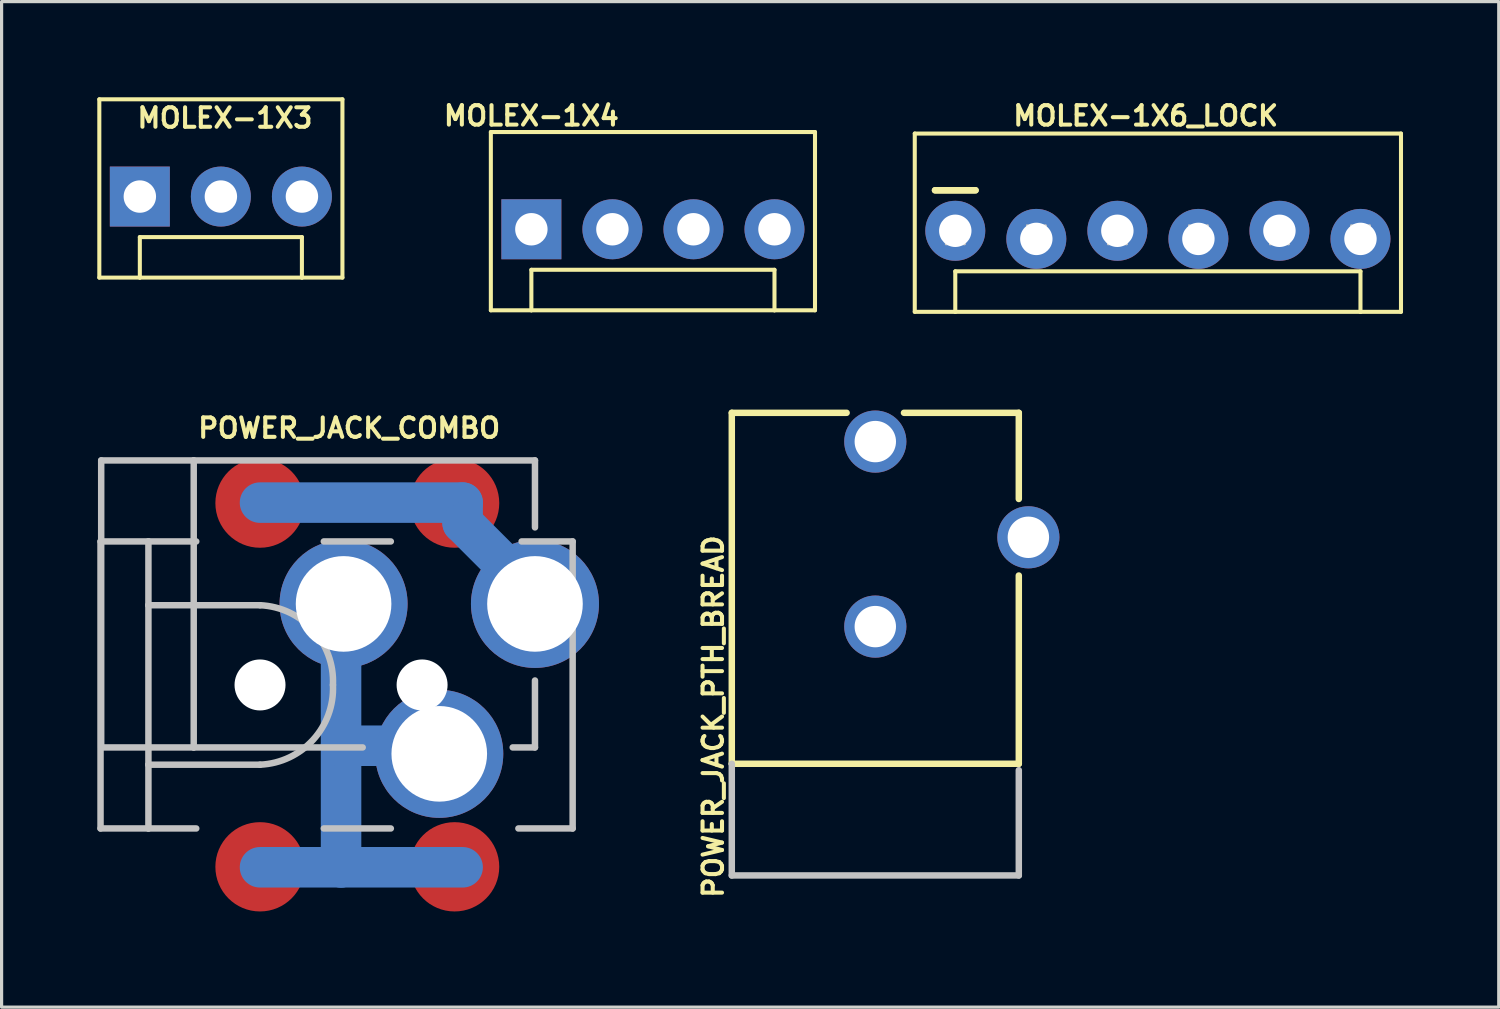
<source format=kicad_pcb>
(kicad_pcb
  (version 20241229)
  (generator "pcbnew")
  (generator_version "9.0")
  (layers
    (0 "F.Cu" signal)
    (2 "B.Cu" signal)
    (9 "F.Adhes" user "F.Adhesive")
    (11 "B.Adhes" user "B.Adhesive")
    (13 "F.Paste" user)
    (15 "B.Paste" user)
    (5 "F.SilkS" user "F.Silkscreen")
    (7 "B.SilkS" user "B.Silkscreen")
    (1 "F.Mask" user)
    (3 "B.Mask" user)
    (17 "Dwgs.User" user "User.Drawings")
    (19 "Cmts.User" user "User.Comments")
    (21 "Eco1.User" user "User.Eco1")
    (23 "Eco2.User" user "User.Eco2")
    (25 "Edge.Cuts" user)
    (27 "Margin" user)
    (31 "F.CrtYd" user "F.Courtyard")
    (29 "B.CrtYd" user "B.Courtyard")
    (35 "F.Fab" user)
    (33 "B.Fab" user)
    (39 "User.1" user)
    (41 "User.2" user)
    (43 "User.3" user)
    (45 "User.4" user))
  (footprint "MOLEX-1X3"
    (layer "F.Cu")
    (at 1.333 3.111)
    (property "Reference" "MOLEX-1X3" (at 2.667 -2.464 0) (layer "F.SilkS") (effects (font (size 0.61 0.61) (thickness 0.127))))
    (attr exclude_from_pos_files exclude_from_bom)
    (fp_line (start -1.27 -3.048) (end -1.27 2.54) (stroke (width 0.127) (type solid)) (layer "F.SilkS"))
    (fp_line (start 0 1.27) (end 5.08 1.27) (stroke (width 0.127) (type solid)) (layer "F.SilkS"))
    (fp_line (start 0 2.54) (end -1.27 2.54) (stroke (width 0.127) (type solid)) (layer "F.SilkS"))
    (fp_line (start 0 2.54) (end 0 1.27) (stroke (width 0.127) (type solid)) (layer "F.SilkS"))
    (fp_line (start 5.08 1.27) (end 5.08 2.54) (stroke (width 0.127) (type solid)) (layer "F.SilkS"))
    (fp_line (start 5.08 2.54) (end 0 2.54) (stroke (width 0.127) (type solid)) (layer "F.SilkS"))
    (fp_line (start 6.35 -3.048) (end -1.27 -3.048) (stroke (width 0.127) (type solid)) (layer "F.SilkS"))
    (fp_line (start 6.35 -3.048) (end 6.35 2.54) (stroke (width 0.127) (type solid)) (layer "F.SilkS"))
    (fp_line (start 6.35 2.54) (end 5.08 2.54) (stroke (width 0.127) (type solid)) (layer "F.SilkS"))
    (pad "1" thru_hole rect (at 0 0) (size 1.88 1.88) (drill 1.016) (layers "*.Cu" "*.Paste" "*.Mask"))
    (pad "2" thru_hole circle (at 2.54 0) (size 1.88 1.88) (drill 1.016) (layers "*.Cu" "*.Paste" "*.Mask"))
    (pad "3" thru_hole circle (at 5.08 0) (size 1.88 1.88) (drill 1.016) (layers "*.Cu" "*.Paste" "*.Mask")))
  (footprint "MOLEX-1X4"
    (layer "F.Cu")
    (at 13.605 4.136)
    (property "Reference" "MOLEX-1X4" (at 0 -3.556 0) (layer "F.SilkS") (effects (font (size 0.61 0.61) (thickness 0.127))))
    (attr exclude_from_pos_files exclude_from_bom)
    (fp_line (start -1.27 -3.048) (end -1.27 2.54) (stroke (width 0.127) (type solid)) (layer "F.SilkS"))
    (fp_line (start 0 1.27) (end 7.62 1.27) (stroke (width 0.127) (type solid)) (layer "F.SilkS"))
    (fp_line (start 0 2.54) (end -1.27 2.54) (stroke (width 0.127) (type solid)) (layer "F.SilkS"))
    (fp_line (start 0 2.54) (end 0 1.27) (stroke (width 0.127) (type solid)) (layer "F.SilkS"))
    (fp_line (start 7.62 1.27) (end 7.62 2.54) (stroke (width 0.127) (type solid)) (layer "F.SilkS"))
    (fp_line (start 7.62 2.54) (end 0 2.54) (stroke (width 0.127) (type solid)) (layer "F.SilkS"))
    (fp_line (start 8.89 -3.048) (end -1.27 -3.048) (stroke (width 0.127) (type solid)) (layer "F.SilkS"))
    (fp_line (start 8.89 -3.048) (end 8.89 2.54) (stroke (width 0.127) (type solid)) (layer "F.SilkS"))
    (fp_line (start 8.89 2.54) (end 7.62 2.54) (stroke (width 0.127) (type solid)) (layer "F.SilkS"))
    (pad "1" thru_hole rect (at 0 0) (size 1.88 1.88) (drill 1.016) (layers "*.Cu" "*.Paste" "*.Mask"))
    (pad "2" thru_hole circle (at 2.54 0) (size 1.88 1.88) (drill 1.016) (layers "*.Cu" "*.Paste" "*.Mask"))
    (pad "3" thru_hole circle (at 5.08 0) (size 1.88 1.88) (drill 1.016) (layers "*.Cu" "*.Paste" "*.Mask"))
    (pad "4" thru_hole circle (at 7.62 0) (size 1.88 1.88) (drill 1.016) (layers "*.Cu" "*.Paste" "*.Mask")))
  (footprint "MOLEX-1X6_LOCK"
    (layer "F.Cu")
    (at 26.892 4.184)
    (property "Reference" "MOLEX-1X6_LOCK" (at 5.969 -3.604 0) (layer "F.SilkS") (effects (font (size 0.61 0.61) (thickness 0.127))))
    (attr exclude_from_pos_files exclude_from_bom)
    (fp_line (start -1.27 -3.048) (end -1.27 2.54) (stroke (width 0.127) (type solid)) (layer "F.SilkS"))
    (fp_line (start -0.635 -1.27) (end 0.635 -1.27) (stroke (width 0.203) (type solid)) (layer "F.SilkS"))
    (fp_line (start 0 1.27) (end 12.7 1.27) (stroke (width 0.127) (type solid)) (layer "F.SilkS"))
    (fp_line (start 0 2.54) (end -1.27 2.54) (stroke (width 0.127) (type solid)) (layer "F.SilkS"))
    (fp_line (start 0 2.54) (end 0 1.27) (stroke (width 0.127) (type solid)) (layer "F.SilkS"))
    (fp_line (start 0.635 -1.27) (end -0.635 -1.27) (stroke (width 0.203) (type solid)) (layer "F.SilkS"))
    (fp_line (start 12.7 1.27) (end 12.7 2.54) (stroke (width 0.127) (type solid)) (layer "F.SilkS"))
    (fp_line (start 12.7 2.54) (end 0 2.54) (stroke (width 0.127) (type solid)) (layer "F.SilkS"))
    (fp_line (start 13.97 -3.048) (end -1.27 -3.048) (stroke (width 0.127) (type solid)) (layer "F.SilkS"))
    (fp_line (start 13.97 -3.048) (end 13.97 2.54) (stroke (width 0.127) (type solid)) (layer "F.SilkS"))
    (fp_line (start 13.97 2.54) (end 12.7 2.54) (stroke (width 0.127) (type solid)) (layer "F.SilkS"))
    (fp_line (start -0.292 -0.165) (end 0.292 -0.165) (stroke (width 0.066) (type solid)) (layer "Dwgs.User"))
    (fp_line (start -0.292 0.419) (end -0.292 -0.165) (stroke (width 0.066) (type solid)) (layer "Dwgs.User"))
    (fp_line (start -0.292 0.419) (end 0.292 0.419) (stroke (width 0.066) (type solid)) (layer "Dwgs.User"))
    (fp_line (start 0.292 0.419) (end 0.292 -0.165) (stroke (width 0.066) (type solid)) (layer "Dwgs.User"))
    (fp_line (start 2.248 -0.165) (end 2.832 -0.165) (stroke (width 0.066) (type solid)) (layer "Dwgs.User"))
    (fp_line (start 2.248 0.419) (end 2.248 -0.165) (stroke (width 0.066) (type solid)) (layer "Dwgs.User"))
    (fp_line (start 2.248 0.419) (end 2.832 0.419) (stroke (width 0.066) (type solid)) (layer "Dwgs.User"))
    (fp_line (start 2.832 0.419) (end 2.832 -0.165) (stroke (width 0.066) (type solid)) (layer "Dwgs.User"))
    (fp_line (start 4.788 -0.165) (end 5.372 -0.165) (stroke (width 0.066) (type solid)) (layer "Dwgs.User"))
    (fp_line (start 4.788 0.419) (end 4.788 -0.165) (stroke (width 0.066) (type solid)) (layer "Dwgs.User"))
    (fp_line (start 4.788 0.419) (end 5.372 0.419) (stroke (width 0.066) (type solid)) (layer "Dwgs.User"))
    (fp_line (start 5.372 0.419) (end 5.372 -0.165) (stroke (width 0.066) (type solid)) (layer "Dwgs.User"))
    (fp_line (start 7.328 -0.165) (end 7.912 -0.165) (stroke (width 0.066) (type solid)) (layer "Dwgs.User"))
    (fp_line (start 7.328 0.419) (end 7.328 -0.165) (stroke (width 0.066) (type solid)) (layer "Dwgs.User"))
    (fp_line (start 7.328 0.419) (end 7.912 0.419) (stroke (width 0.066) (type solid)) (layer "Dwgs.User"))
    (fp_line (start 7.912 0.419) (end 7.912 -0.165) (stroke (width 0.066) (type solid)) (layer "Dwgs.User"))
    (fp_line (start 9.868 -0.165) (end 10.452 -0.165) (stroke (width 0.066) (type solid)) (layer "Dwgs.User"))
    (fp_line (start 9.868 0.419) (end 9.868 -0.165) (stroke (width 0.066) (type solid)) (layer "Dwgs.User"))
    (fp_line (start 9.868 0.419) (end 10.452 0.419) (stroke (width 0.066) (type solid)) (layer "Dwgs.User"))
    (fp_line (start 10.452 0.419) (end 10.452 -0.165) (stroke (width 0.066) (type solid)) (layer "Dwgs.User"))
    (fp_line (start 12.408 -0.165) (end 12.992 -0.165) (stroke (width 0.066) (type solid)) (layer "Dwgs.User"))
    (fp_line (start 12.408 0.419) (end 12.408 -0.165) (stroke (width 0.066) (type solid)) (layer "Dwgs.User"))
    (fp_line (start 12.408 0.419) (end 12.992 0.419) (stroke (width 0.066) (type solid)) (layer "Dwgs.User"))
    (fp_line (start 12.992 0.419) (end 12.992 -0.165) (stroke (width 0.066) (type solid)) (layer "Dwgs.User"))
    (pad "1" thru_hole circle (at 0 0) (size 1.88 1.88) (drill 1.016) (layers "*.Cu" "*.Paste" "*.Mask"))
    (pad "2" thru_hole circle (at 2.54 0.254) (size 1.88 1.88) (drill 1.016) (layers "*.Cu" "*.Paste" "*.Mask"))
    (pad "3" thru_hole circle (at 5.08 0) (size 1.88 1.88) (drill 1.016) (layers "*.Cu" "*.Paste" "*.Mask"))
    (pad "4" thru_hole circle (at 7.62 0.254) (size 1.88 1.88) (drill 1.016) (layers "*.Cu" "*.Paste" "*.Mask"))
    (pad "5" thru_hole circle (at 10.16 0) (size 1.88 1.88) (drill 1.016) (layers "*.Cu" "*.Paste" "*.Mask"))
    (pad "6" thru_hole circle (at 12.7 0.254) (size 1.88 1.88) (drill 1.016) (layers "*.Cu" "*.Paste" "*.Mask")))
  (footprint "POWER_JACK_PTH_BREAD"
    (layer "F.Cu")
    (at 24.385 24.489)
    (property "Reference" "POWER_JACK_PTH_BREAD" (at -5.08 -5.08 90) (layer "F.SilkS") (effects (font (size 0.61 0.61) (thickness 0.127))))
    (attr exclude_from_pos_files exclude_from_bom)
    (fp_line (start -4.498 -14.6) (end -0.899 -14.6) (stroke (width 0.203) (type solid)) (layer "F.SilkS"))
    (fp_line (start -4.498 -3.599) (end -4.498 -14.6) (stroke (width 0.203) (type solid)) (layer "F.SilkS"))
    (fp_line (start -4.498 -3.599) (end 4.498 -3.599) (stroke (width 0.203) (type solid)) (layer "F.SilkS"))
    (fp_line (start 4.498 -14.6) (end 0.899 -14.6) (stroke (width 0.203) (type solid)) (layer "F.SilkS"))
    (fp_line (start 4.498 -14.6) (end 4.498 -11.9) (stroke (width 0.203) (type solid)) (layer "F.SilkS"))
    (fp_line (start 4.498 -3.599) (end 4.498 -9.5) (stroke (width 0.203) (type solid)) (layer "F.SilkS"))
    (fp_line (start -4.498 -3.599) (end -4.498 -0.099) (stroke (width 0.203) (type solid)) (layer "Dwgs.User"))
    (fp_line (start 4.498 -0.099) (end -4.498 -0.099) (stroke (width 0.203) (type solid)) (layer "Dwgs.User"))
    (fp_line (start 4.498 -0.099) (end 4.498 -3.399) (stroke (width 0.203) (type solid)) (layer "Dwgs.User"))
    (pad "GND" thru_hole circle (at 0 -7.899) (size 1.948 1.948) (drill 1.298) (layers "*.Cu" "*.Paste" "*.Mask"))
    (pad "GNDB" thru_hole circle (at 4.798 -10.698) (size 1.948 1.948) (drill 1.298) (layers "*.Cu" "*.Paste" "*.Mask"))
    (pad "PWR" thru_hole circle (at 0 -13.698) (size 1.948 1.948) (drill 1.298) (layers "*.Cu" "*.Paste" "*.Mask")))
  (footprint "POWER_JACK_COMBO"
    (layer "F.Cu")
    (at 5.1 18.419)
    (property "Reference" "POWER_JACK_COMBO" (at 2.794 -8.052 0) (layer "F.SilkS") (effects (font (size 0.61 0.61) (thickness 0.127))))
    (attr smd)
    (fp_line (start 0 -5.715) (end 6.35 -5.715) (stroke (width 1.27) (type solid)) (layer "B.Cu"))
    (fp_line (start 2.54 -2.54) (end 2.54 1.905) (stroke (width 1.27) (type solid)) (layer "B.Cu"))
    (fp_line (start 2.54 1.905) (end 2.54 5.715) (stroke (width 1.27) (type solid)) (layer "B.Cu"))
    (fp_line (start 2.54 5.715) (end 0 5.715) (stroke (width 1.27) (type solid)) (layer "B.Cu"))
    (fp_line (start 5.715 1.905) (end 2.54 1.905) (stroke (width 1.27) (type solid)) (layer "B.Cu"))
    (fp_line (start 6.35 -5.715) (end 6.35 -5.08) (stroke (width 1.27) (type solid)) (layer "B.Cu"))
    (fp_line (start 6.35 -5.08) (end 8.89 -2.54) (stroke (width 1.27) (type solid)) (layer "B.Cu"))
    (fp_line (start 6.35 5.715) (end 2.54 5.715) (stroke (width 1.27) (type solid)) (layer "B.Cu"))
    (fp_line (start -4.999 -4.498) (end -4.999 4.498) (stroke (width 0.203) (type solid)) (layer "Dwgs.User"))
    (fp_line (start -4.999 -4.498) (end -3.498 -4.498) (stroke (width 0.203) (type solid)) (layer "Dwgs.User"))
    (fp_line (start -4.978 1.958) (end -4.978 -7.038) (stroke (width 0.203) (type solid)) (layer "Dwgs.User"))
    (fp_line (start -4.978 1.958) (end -2.078 1.958) (stroke (width 0.203) (type solid)) (layer "Dwgs.User"))
    (fp_line (start -3.498 -4.498) (end -3.498 -2.499) (stroke (width 0.203) (type solid)) (layer "Dwgs.User"))
    (fp_line (start -3.498 -4.498) (end -1.999 -4.498) (stroke (width 0.203) (type solid)) (layer "Dwgs.User"))
    (fp_line (start -3.498 -2.499) (end -3.498 2.499) (stroke (width 0.203) (type solid)) (layer "Dwgs.User"))
    (fp_line (start -3.498 -2.499) (end 0 -2.499) (stroke (width 0.203) (type solid)) (layer "Dwgs.User"))
    (fp_line (start -3.498 2.499) (end -3.498 4.498) (stroke (width 0.203) (type solid)) (layer "Dwgs.User"))
    (fp_line (start -3.498 4.498) (end -4.999 4.498) (stroke (width 0.203) (type solid)) (layer "Dwgs.User"))
    (fp_line (start -2.078 -7.038) (end -4.978 -7.038) (stroke (width 0.203) (type solid)) (layer "Dwgs.User"))
    (fp_line (start -2.078 -7.038) (end -2.078 1.958) (stroke (width 0.203) (type solid)) (layer "Dwgs.User"))
    (fp_line (start -2.078 -7.038) (end 8.618 -7.038) (stroke (width 0.203) (type solid)) (layer "Dwgs.User"))
    (fp_line (start -2.078 1.958) (end 3.218 1.958) (stroke (width 0.203) (type solid)) (layer "Dwgs.User"))
    (fp_line (start -1.999 4.498) (end -3.498 4.498) (stroke (width 0.203) (type solid)) (layer "Dwgs.User"))
    (fp_line (start 0 2.499) (end -3.498 2.499) (stroke (width 0.203) (type solid)) (layer "Dwgs.User"))
    (fp_line (start 1.999 -4.498) (end 4.1 -4.498) (stroke (width 0.203) (type solid)) (layer "Dwgs.User"))
    (fp_line (start 4.1 4.498) (end 1.999 4.498) (stroke (width 0.203) (type solid)) (layer "Dwgs.User"))
    (fp_line (start 8.199 -4.498) (end 9.799 -4.498) (stroke (width 0.203) (type solid)) (layer "Dwgs.User"))
    (fp_line (start 8.618 -7.038) (end 8.618 -4.938) (stroke (width 0.203) (type solid)) (layer "Dwgs.User"))
    (fp_line (start 8.618 1.958) (end 7.92 1.958) (stroke (width 0.203) (type solid)) (layer "Dwgs.User"))
    (fp_line (start 8.618 1.958) (end 8.618 -0.14) (stroke (width 0.203) (type solid)) (layer "Dwgs.User"))
    (fp_line (start 9.799 -4.498) (end 9.799 4.498) (stroke (width 0.203) (type solid)) (layer "Dwgs.User"))
    (fp_line (start 9.799 4.498) (end 8.098 4.498) (stroke (width 0.203) (type solid)) (layer "Dwgs.User"))
    (fp_arc (start 0 -2.49936) (mid 1.660634 -1.723126) (end 2.286 0) (stroke (width 0.2032) (type solid)) (layer "Dwgs.User"))
    (fp_arc (start 2.286 0) (mid 1.660634 1.723126) (end 0 2.49936) (stroke (width 0.2032) (type solid)) (layer "Dwgs.User"))
    (pad "" np_thru_hole circle (at 0 0) (size 1.598 1.598) (drill 1.598) (layers "*.Cu" "*.Mask"))
    (pad "" np_thru_hole circle (at 5.08 0) (size 1.598 1.598) (drill 1.598) (layers "*.Cu" "*.Mask"))
    (pad "GND" thru_hole circle (at 5.618 2.159) (size 4.013 4.013) (drill 2.997) (layers "*.Cu" "*.Paste" "*.Mask"))
    (pad "GND@" smd circle (at 0 5.7) (size 2.799 2.799) (layers "F.Cu" "F.Mask" "F.Paste"))
    (pad "GND@" thru_hole circle (at 2.619 -2.54) (size 4.013 4.013) (drill 2.997) (layers "*.Cu" "*.Paste" "*.Mask"))
    (pad "GND@" smd circle (at 6.099 5.7) (size 2.799 2.799) (layers "F.Cu" "F.Mask" "F.Paste"))
    (pad "POWE" smd circle (at 0 -5.7) (size 2.799 2.799) (layers "F.Cu" "F.Mask" "F.Paste"))
    (pad "POWE" smd circle (at 6.099 -5.7) (size 2.799 2.799) (layers "F.Cu" "F.Mask" "F.Paste"))
    (pad "POWE" thru_hole circle (at 8.618 -2.54) (size 4.013 4.013) (drill 2.997) (layers "*.Cu" "*.Paste" "*.Mask")))
  (gr_rect
    (start -3 -3)
    (end 43.926 28.518)
    (stroke (width 0.1) (type default))
    (fill no)
    (layer "Edge.Cuts")))
</source>
